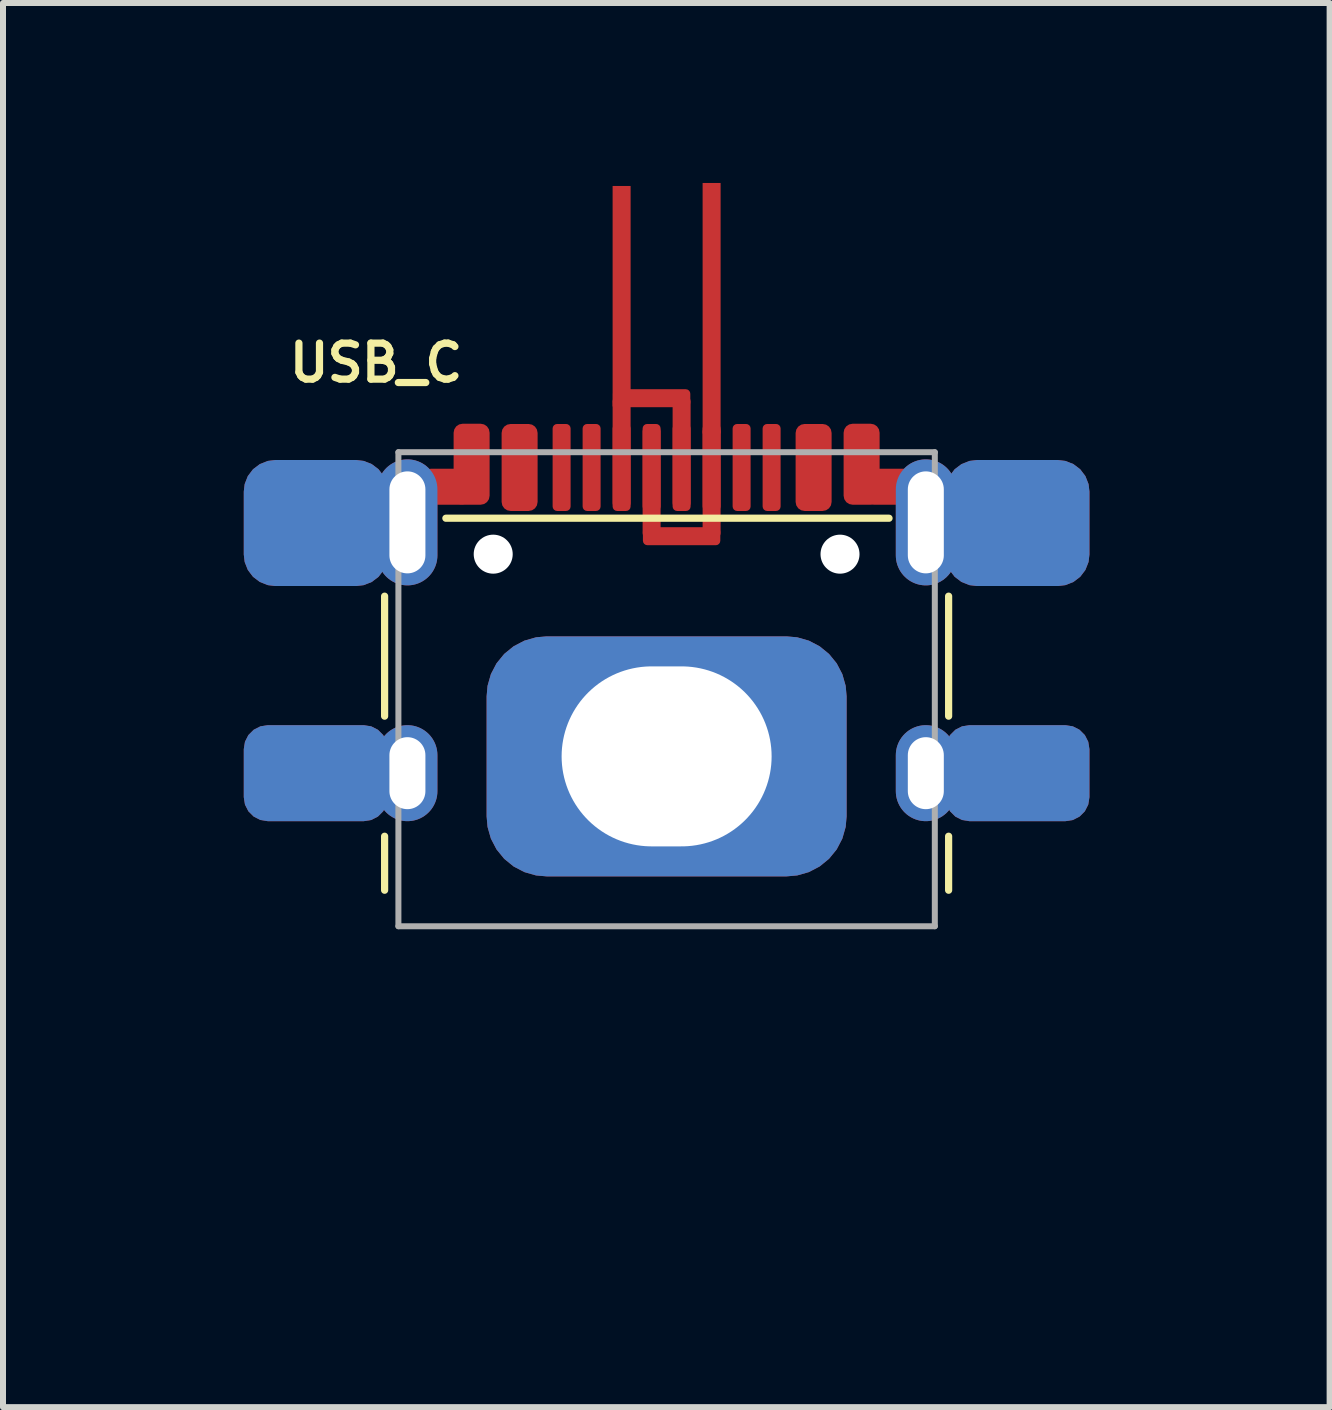
<source format=kicad_pcb>
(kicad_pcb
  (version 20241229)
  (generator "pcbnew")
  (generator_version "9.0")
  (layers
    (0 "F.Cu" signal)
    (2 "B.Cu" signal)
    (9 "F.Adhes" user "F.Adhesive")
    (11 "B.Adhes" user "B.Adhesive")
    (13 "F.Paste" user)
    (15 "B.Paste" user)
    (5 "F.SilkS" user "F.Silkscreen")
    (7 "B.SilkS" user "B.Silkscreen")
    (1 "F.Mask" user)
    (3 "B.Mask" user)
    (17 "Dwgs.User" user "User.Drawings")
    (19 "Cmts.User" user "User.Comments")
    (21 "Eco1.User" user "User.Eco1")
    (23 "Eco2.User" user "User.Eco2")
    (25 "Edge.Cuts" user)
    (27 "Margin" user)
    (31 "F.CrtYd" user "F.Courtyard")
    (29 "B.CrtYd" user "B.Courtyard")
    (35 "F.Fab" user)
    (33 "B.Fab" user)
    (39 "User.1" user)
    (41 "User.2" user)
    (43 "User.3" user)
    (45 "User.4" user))
  (footprint "USB_C"
    (layer "F.Cu")
    (at 8.06 11.887)
    (property "Reference" "USB_C" (at -6.35 -8.89 0) (layer "F.SilkS") (effects (font (size 0.6 0.6) (thickness 0.12)) (justify left)))
    (fp_line (start -4.7 -5.001) (end -4.7 -3.001) (stroke (width 0.12) (type solid)) (layer "F.SilkS"))
    (fp_line (start -4.7 -1) (end -4.7 -0.1) (stroke (width 0.12) (type solid)) (layer "F.SilkS"))
    (fp_line (start 3.707 -6.3) (end -3.679 -6.3) (stroke (width 0.12) (type solid)) (layer "F.SilkS"))
    (fp_line (start 4.7 -5.001) (end 4.7 -3.001) (stroke (width 0.12) (type solid)) (layer "F.SilkS"))
    (fp_line (start 4.7 -1) (end 4.7 -0.1) (stroke (width 0.12) (type solid)) (layer "F.SilkS"))
    (fp_line (start -4.47 -7.4) (end -4.47 0.5) (stroke (width 0.1) (type solid)) (layer "F.Fab"))
    (fp_line (start -4.47 -7.4) (end 4.47 -7.4) (stroke (width 0.1) (type solid)) (layer "F.Fab"))
    (fp_line (start -4.47 0.5) (end 4.47 0.5) (stroke (width 0.1) (type solid)) (layer "F.Fab"))
    (fp_line (start 4.47 -7.4) (end 4.47 0.5) (stroke (width 0.1) (type solid)) (layer "F.Fab"))
    (fp_line (start -8 0) (end -3 5) (stroke (width 0.12) (type solid)) (layer "User.1"))
    (fp_line (start -8 0) (end 8 0) (stroke (width 0.1) (type solid)) (layer "User.1"))
    (fp_line (start 0 5.08) (end 0 -10.16) (stroke (width 0.12) (type solid)) (layer "User.1"))
    (fp_text user "Board Edge" (at -5.5 3.24 315) (unlocked yes) (layer "User.1") (effects (font (size 0.6 0.6) (thickness 0.1))))
    (fp_text user "CL" (at 0 3.24 270) (unlocked yes) (layer "User.1") (effects (font (size 0.6 0.6) (thickness 0.1))))
    (pad "1" thru_hole circle (at -2.89 -5.701) (size 1.25 1.25) (drill 0.65) (layers "*.Cu") (remove_unused_layers yes) (zone_layer_connections))
    (pad "1" smd roundrect (at -2.45 -7.146) (size 0.6 1.45) (layers "F.Cu" "F.Mask" "F.Paste") (roundrect_rratio 0.25))
    (pad "1" smd roundrect (at 2.45 -7.146) (size 0.6 1.45) (layers "F.Cu" "F.Mask" "F.Paste") (roundrect_rratio 0.25))
    (pad "1" thru_hole circle (at 2.89 -5.701) (size 1.25 1.25) (drill 0.65) (layers "*.Cu") (remove_unused_layers yes) (zone_layer_connections))
    (pad "2" smd rect (at -0.75 -10) (size 0.3 3.675) (layers "F.Cu" "F.Paste"))
    (pad "2" smd roundrect (at -0.75 -7.4) (size 0.3 1.85) (layers "F.Cu") (roundrect_rratio 0.25))
    (pad "2" smd roundrect (at -0.75 -7.146) (size 0.3 1.45) (layers "F.Cu" "F.Mask" "F.Paste") (roundrect_rratio 0.25))
    (pad "2" smd roundrect (at -0.25 -8.3 90) (size 0.3 1.29) (layers "F.Cu" "F.Paste") (roundrect_rratio 0.25))
    (pad "2" smd roundrect (at 0.25 -7.4) (size 0.3 1.85) (layers "F.Cu") (roundrect_rratio 0.25))
    (pad "2" smd roundrect (at 0.25 -7.146) (size 0.3 1.45) (layers "F.Cu" "F.Mask" "F.Paste") (roundrect_rratio 0.25))
    (pad "3" smd roundrect (at -0.25 -7.146) (size 0.3 1.45) (layers "F.Cu" "F.Mask" "F.Paste") (roundrect_rratio 0.25))
    (pad "3" smd roundrect (at -0.25 -6.9) (size 0.3 1.85) (layers "F.Cu") (roundrect_rratio 0.25))
    (pad "3" smd roundrect (at 0.25 -6 90) (size 0.3 1.29) (layers "F.Cu" "F.Paste") (roundrect_rratio 0.25))
    (pad "3" smd rect (at 0.75 -9.8) (size 0.3 4.175) (layers "F.Cu" "F.Paste"))
    (pad "3" smd roundrect (at 0.75 -7.146) (size 0.3 1.45) (layers "F.Cu" "F.Mask" "F.Paste") (roundrect_rratio 0.25))
    (pad "3" smd roundrect (at 0.75 -6.9) (size 0.3 1.85) (layers "F.Cu") (roundrect_rratio 0.25))
    (pad "4" smd roundrect (at -3.679 -6.825) (size 0.8 0.6) (layers "F.Cu" "F.Paste") (roundrect_rratio 0.25))
    (pad "4" smd roundrect (at -3.25 -7.2) (size 0.6 1.35) (layers "F.Cu" "F.Mask" "F.Paste") (roundrect_rratio 0.25))
    (pad "4" smd roundrect (at 3.25 -7.2) (size 0.6 1.35) (layers "F.Cu" "F.Mask" "F.Paste") (roundrect_rratio 0.25))
    (pad "4" smd roundrect (at 3.707 -6.825) (size 0.8 0.6) (layers "F.Cu" "F.Paste") (roundrect_rratio 0.25))
    (pad "5" smd roundrect (at -5.847 -6.22) (size 2.4 2.1) (layers "F.Cu" "F.Mask" "F.Paste") (roundrect_rratio 0.25))
    (pad "5" smd roundrect (at -5.847 -6.22) (size 2.4 2.1) (layers "B.Cu" "B.Mask" "B.Paste") (roundrect_rratio 0.25))
    (pad "5" smd roundrect (at -5.847 -2.051) (size 2.4 1.6) (layers "F.Cu" "F.Mask" "F.Paste") (roundrect_rratio 0.25))
    (pad "5" smd roundrect (at -5.847 -2.051) (size 2.4 1.6) (layers "B.Cu" "B.Mask" "B.Paste") (roundrect_rratio 0.25))
    (pad "5" thru_hole oval (at -4.32 -6.231) (size 1 2.1) (drill oval 0.6 1.7) (layers "*.Cu" "*.Mask"))
    (pad "5" thru_hole oval (at -4.32 -2.051) (size 1 1.6) (drill oval 0.6 1.2) (layers "*.Cu" "*.Mask"))
    (pad "5" thru_hole roundrect (at 0 -2.331 180) (size 6 4) (drill oval 3.5 3) (layers "*.Cu" "*.Mask") (roundrect_rratio 0.25))
    (pad "5" thru_hole oval (at 4.32 -6.231) (size 1 2.1) (drill oval 0.6 1.7) (layers "*.Cu" "*.Mask"))
    (pad "5" thru_hole oval (at 4.32 -2.051) (size 1 1.6) (drill oval 0.6 1.2) (layers "*.Cu" "*.Mask"))
    (pad "5" smd roundrect (at 5.847 -6.22) (size 2.4 2.1) (layers "F.Cu" "F.Mask" "F.Paste") (roundrect_rratio 0.25))
    (pad "5" smd roundrect (at 5.847 -6.22) (size 2.4 2.1) (layers "B.Cu" "B.Mask" "B.Paste") (roundrect_rratio 0.25))
    (pad "5" smd roundrect (at 5.847 -2.051) (size 2.4 1.6) (layers "F.Cu" "F.Mask" "F.Paste") (roundrect_rratio 0.25))
    (pad "5" smd roundrect (at 5.847 -2.051) (size 2.4 1.6) (layers "B.Cu" "B.Mask" "B.Paste") (roundrect_rratio 0.25))
    (pad "A5" smd roundrect (at -1.25 -7.146) (size 0.3 1.45) (layers "F.Cu" "F.Mask" "F.Paste") (roundrect_rratio 0.25))
    (pad "A8" smd roundrect (at 1.25 -7.146) (size 0.3 1.45) (layers "F.Cu" "F.Mask" "F.Paste") (roundrect_rratio 0.25))
    (pad "B5" smd roundrect (at 1.75 -7.146) (size 0.3 1.45) (layers "F.Cu" "F.Mask" "F.Paste") (roundrect_rratio 0.25))
    (pad "B8" smd roundrect (at -1.75 -7.146) (size 0.3 1.45) (layers "F.Cu" "F.Mask" "F.Paste") (roundrect_rratio 0.25)))
  (gr_rect
    (start -3 -3)
    (end 19.11 20.402)
    (stroke (width 0.1) (type default))
    (fill no)
    (layer "Edge.Cuts")))
</source>
